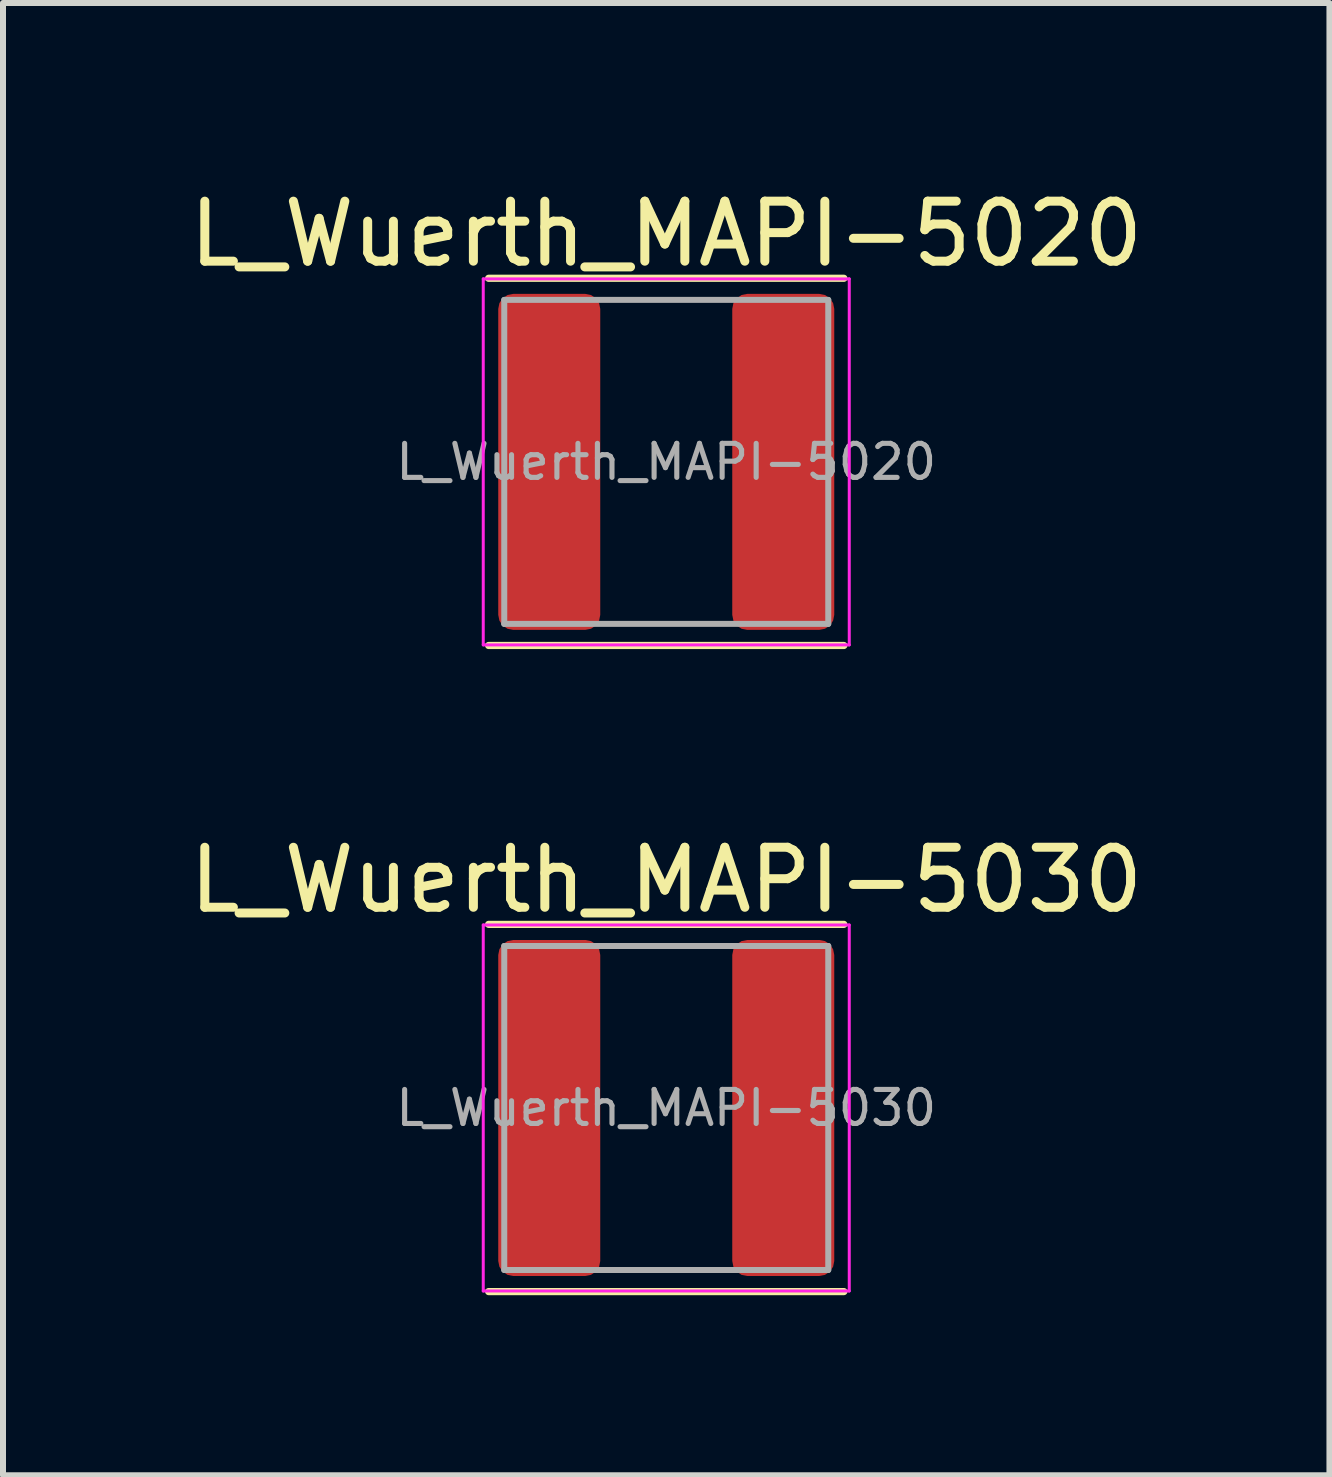
<source format=kicad_pcb>
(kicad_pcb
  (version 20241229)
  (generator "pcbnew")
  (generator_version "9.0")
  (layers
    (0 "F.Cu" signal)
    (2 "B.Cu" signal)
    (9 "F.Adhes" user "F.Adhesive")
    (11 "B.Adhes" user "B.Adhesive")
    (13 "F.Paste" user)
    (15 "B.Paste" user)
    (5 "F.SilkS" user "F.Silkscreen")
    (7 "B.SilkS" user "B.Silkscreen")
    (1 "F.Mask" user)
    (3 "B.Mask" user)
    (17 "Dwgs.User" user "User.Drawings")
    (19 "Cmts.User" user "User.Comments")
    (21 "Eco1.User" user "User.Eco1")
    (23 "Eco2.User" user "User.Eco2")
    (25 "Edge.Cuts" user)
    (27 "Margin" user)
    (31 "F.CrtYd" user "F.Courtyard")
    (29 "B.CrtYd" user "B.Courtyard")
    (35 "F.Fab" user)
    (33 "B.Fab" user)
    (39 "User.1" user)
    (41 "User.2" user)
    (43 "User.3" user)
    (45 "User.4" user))
  (footprint "L_Wuerth_MAPI-5030"
    (layer "F.Cu")
    (at 8.054 15.416)
    (property "Reference" "L_Wuerth_MAPI-5030" (at 0 -3.8 0) (layer "F.SilkS") (effects (font (size 1 1) (thickness 0.15))))
    (attr smd)
    (fp_line (start -2.96 -3.06) (end 2.96 -3.06) (stroke (width 0.12) (type solid)) (layer "F.SilkS"))
    (fp_line (start -2.96 3.06) (end 2.96 3.06) (stroke (width 0.12) (type solid)) (layer "F.SilkS"))
    (fp_line (start -3.05 -3.05) (end -3.05 3.05) (stroke (width 0.05) (type solid)) (layer "F.CrtYd"))
    (fp_line (start -3.05 3.05) (end 3.05 3.05) (stroke (width 0.05) (type solid)) (layer "F.CrtYd"))
    (fp_line (start 3.05 -3.05) (end -3.05 -3.05) (stroke (width 0.05) (type solid)) (layer "F.CrtYd"))
    (fp_line (start 3.05 3.05) (end 3.05 -3.05) (stroke (width 0.05) (type solid)) (layer "F.CrtYd"))
    (fp_line (start -2.7 -2.7) (end -2.7 2.7) (stroke (width 0.1) (type solid)) (layer "F.Fab"))
    (fp_line (start -2.7 2.7) (end 2.7 2.7) (stroke (width 0.1) (type solid)) (layer "F.Fab"))
    (fp_line (start 2.7 -2.7) (end -2.7 -2.7) (stroke (width 0.1) (type solid)) (layer "F.Fab"))
    (fp_line (start 2.7 2.7) (end 2.7 -2.7) (stroke (width 0.1) (type solid)) (layer "F.Fab"))
    (fp_text user "${REFERENCE}" (at 0 0 0) (layer "F.Fab") (effects (font (size 0.567 0.567) (thickness 0.085))))
    (pad "1" smd roundrect (at -1.95 0) (size 1.7 5.6) (layers "F.Cu" "F.Mask" "F.Paste") (roundrect_rratio 0.147))
    (pad "2" smd roundrect (at 1.95 0) (size 1.7 5.6) (layers "F.Cu" "F.Mask" "F.Paste") (roundrect_rratio 0.147)))
  (footprint "L_Wuerth_MAPI-5020"
    (layer "F.Cu")
    (at 8.054 4.648)
    (property "Reference" "L_Wuerth_MAPI-5020" (at 0 -3.8 0) (layer "F.SilkS") (effects (font (size 1 1) (thickness 0.15))))
    (attr smd)
    (fp_line (start -2.96 -3.06) (end 2.96 -3.06) (stroke (width 0.12) (type solid)) (layer "F.SilkS"))
    (fp_line (start -2.96 3.06) (end 2.96 3.06) (stroke (width 0.12) (type solid)) (layer "F.SilkS"))
    (fp_line (start -3.05 -3.05) (end -3.05 3.05) (stroke (width 0.05) (type solid)) (layer "F.CrtYd"))
    (fp_line (start -3.05 3.05) (end 3.05 3.05) (stroke (width 0.05) (type solid)) (layer "F.CrtYd"))
    (fp_line (start 3.05 -3.05) (end -3.05 -3.05) (stroke (width 0.05) (type solid)) (layer "F.CrtYd"))
    (fp_line (start 3.05 3.05) (end 3.05 -3.05) (stroke (width 0.05) (type solid)) (layer "F.CrtYd"))
    (fp_line (start -2.7 -2.7) (end -2.7 2.7) (stroke (width 0.1) (type solid)) (layer "F.Fab"))
    (fp_line (start -2.7 2.7) (end 2.7 2.7) (stroke (width 0.1) (type solid)) (layer "F.Fab"))
    (fp_line (start 2.7 -2.7) (end -2.7 -2.7) (stroke (width 0.1) (type solid)) (layer "F.Fab"))
    (fp_line (start 2.7 2.7) (end 2.7 -2.7) (stroke (width 0.1) (type solid)) (layer "F.Fab"))
    (fp_text user "${REFERENCE}" (at 0 0 0) (layer "F.Fab") (effects (font (size 0.567 0.567) (thickness 0.085))))
    (pad "1" smd roundrect (at -1.95 0) (size 1.7 5.6) (layers "F.Cu" "F.Mask" "F.Paste") (roundrect_rratio 0.147))
    (pad "2" smd roundrect (at 1.95 0) (size 1.7 5.6) (layers "F.Cu" "F.Mask" "F.Paste") (roundrect_rratio 0.147)))
  (gr_rect
    (start -3 -3)
    (end 19.107 21.537)
    (stroke (width 0.1) (type default))
    (fill no)
    (layer "Edge.Cuts")))
</source>
